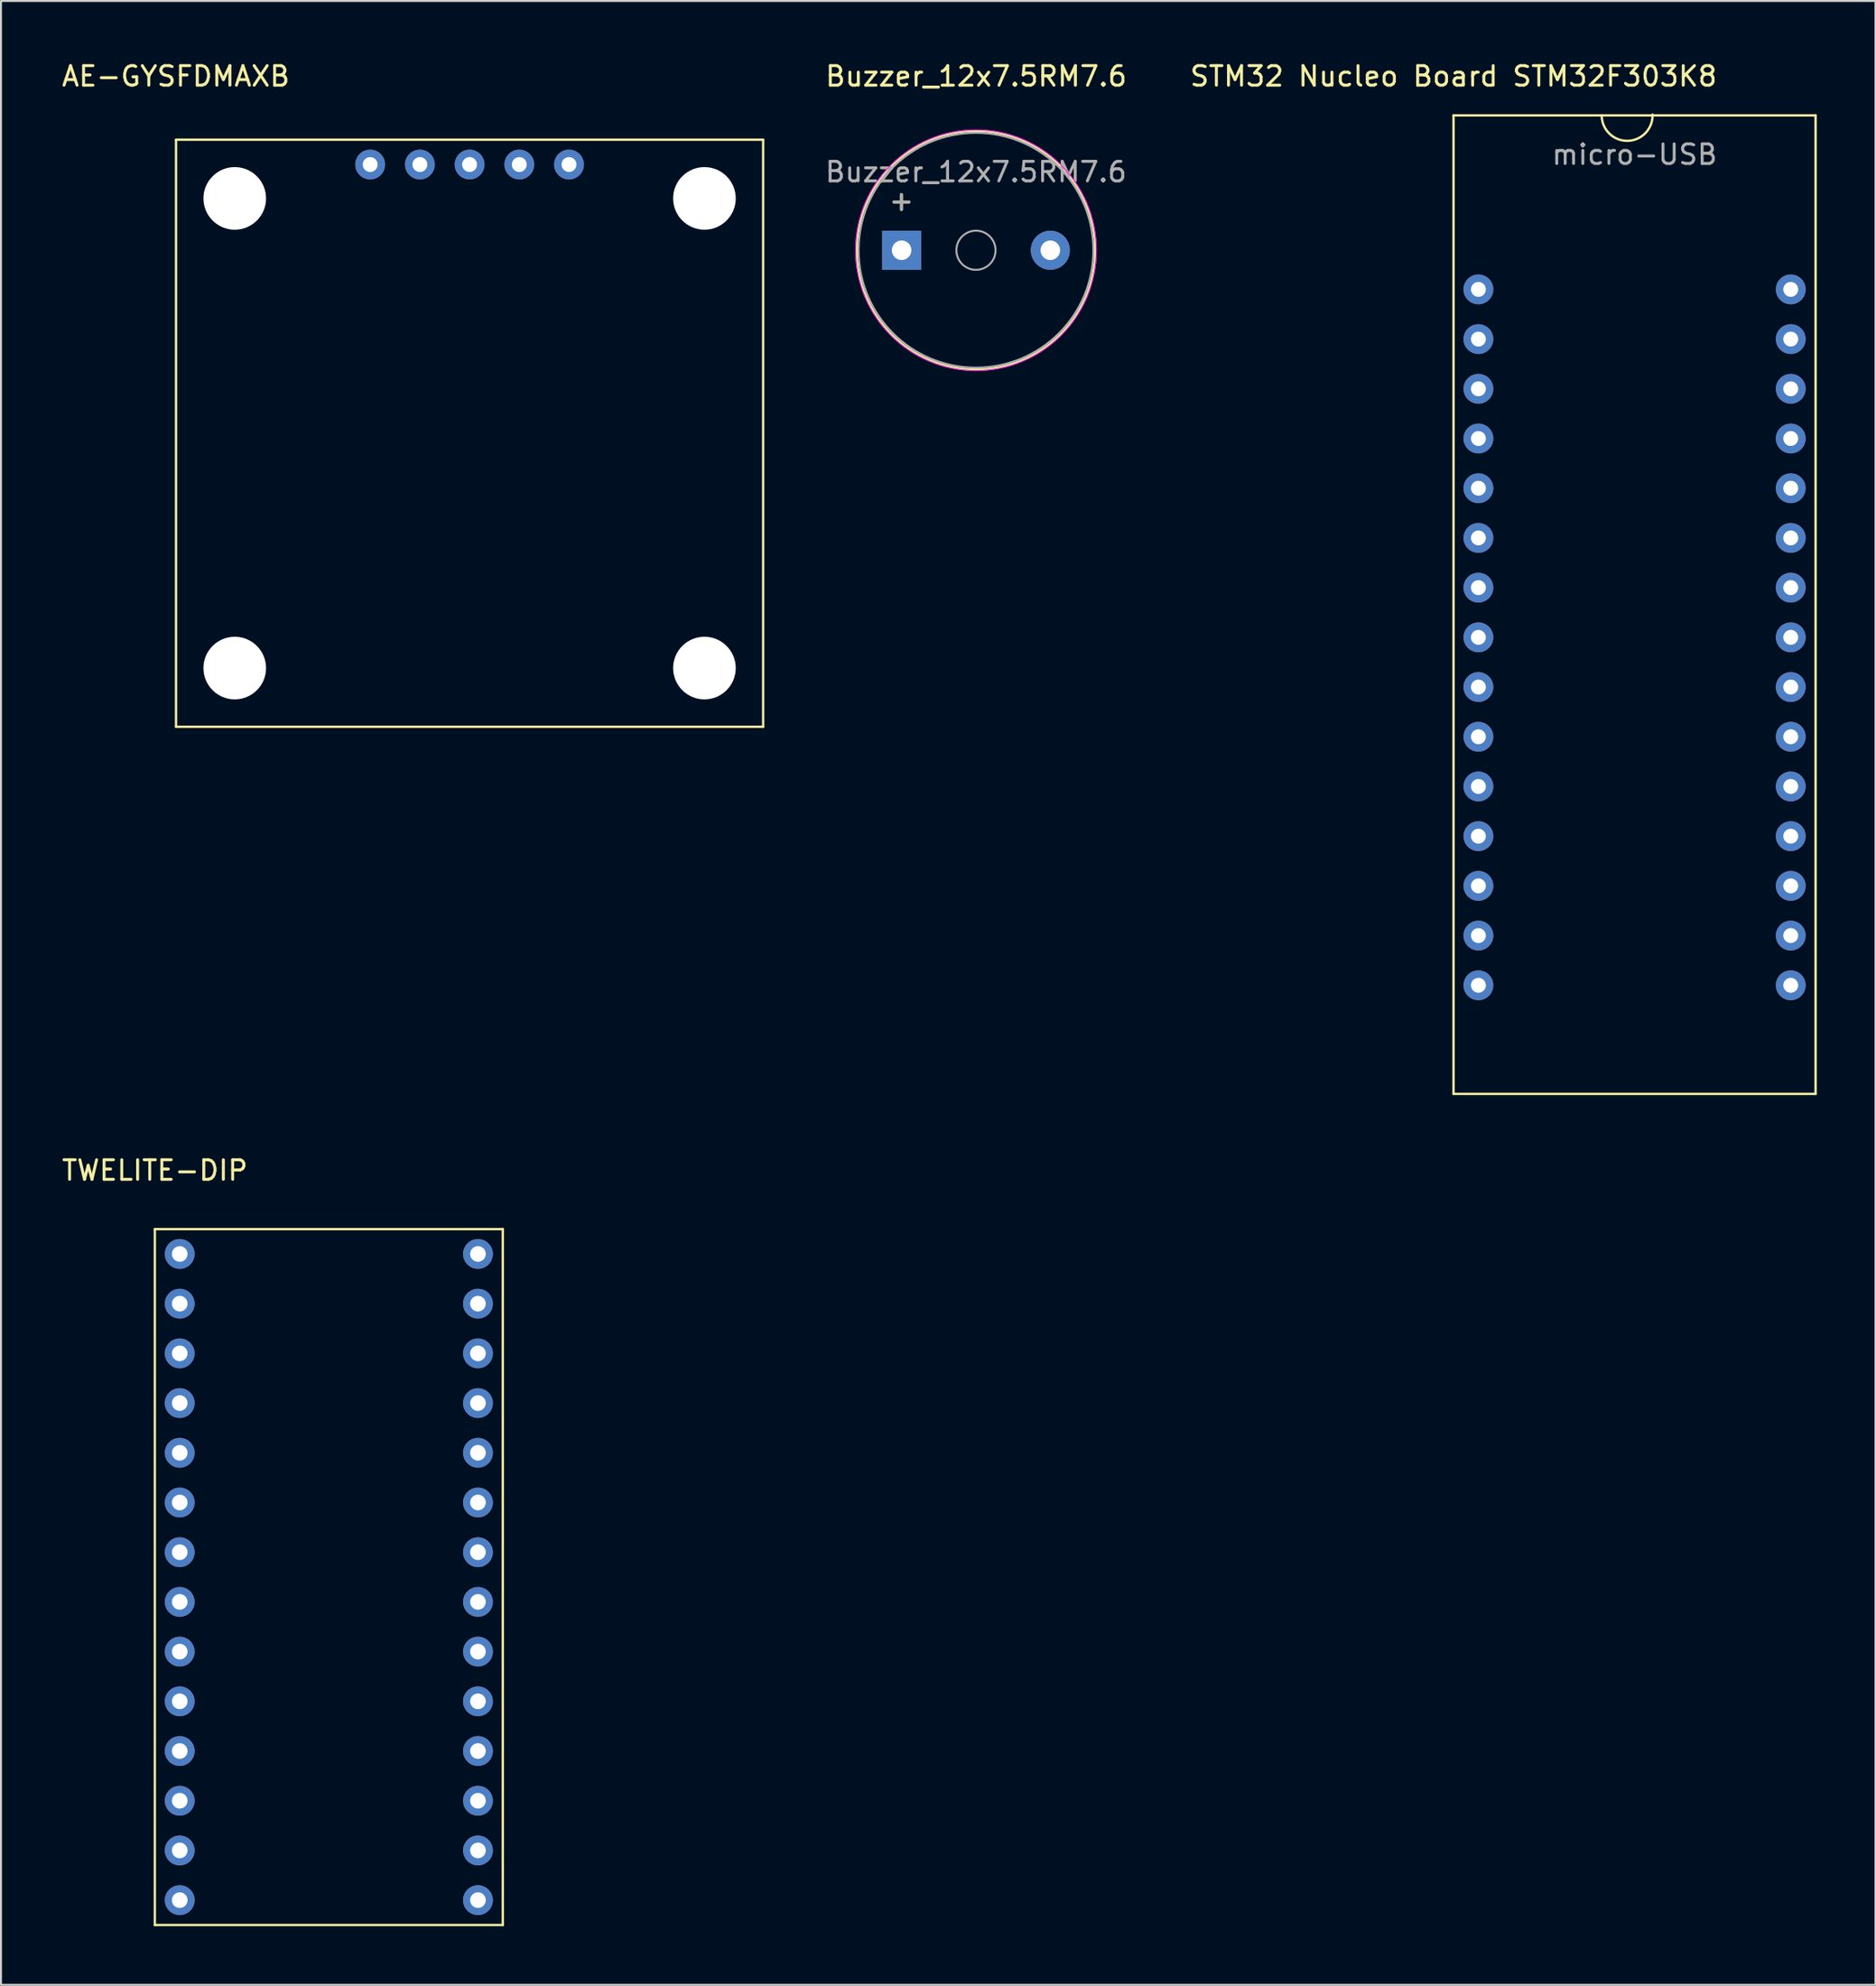
<source format=kicad_pcb>
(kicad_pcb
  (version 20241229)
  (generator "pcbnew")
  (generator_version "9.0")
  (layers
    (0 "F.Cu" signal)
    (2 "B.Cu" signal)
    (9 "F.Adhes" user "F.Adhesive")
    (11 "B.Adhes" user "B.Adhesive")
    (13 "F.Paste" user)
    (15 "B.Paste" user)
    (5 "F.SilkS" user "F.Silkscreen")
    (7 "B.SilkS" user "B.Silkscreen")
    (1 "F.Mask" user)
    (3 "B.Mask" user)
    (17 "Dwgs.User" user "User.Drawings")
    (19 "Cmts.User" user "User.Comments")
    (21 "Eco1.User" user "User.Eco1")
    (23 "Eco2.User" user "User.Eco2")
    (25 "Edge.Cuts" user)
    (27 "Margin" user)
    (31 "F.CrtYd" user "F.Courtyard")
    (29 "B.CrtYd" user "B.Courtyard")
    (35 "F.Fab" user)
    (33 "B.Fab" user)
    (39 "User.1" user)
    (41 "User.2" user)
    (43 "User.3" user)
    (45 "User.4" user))
  (footprint "Buzzer_12x7.5RM7.6"
    (layer "F.Cu")
    (at 43.02 9.738)
    (property "Reference" "Buzzer_12x7.5RM7.6" (at 3.81 -8.89 0) (layer "F.SilkS") (effects (font (size 1 1) (thickness 0.15))))
    (attr through_hole)
    (fp_circle (center 3.8 0) (end 9.9 0) (stroke (width 0.12) (type solid)) (fill no) (layer "F.SilkS"))
    (fp_circle (center 3.8 0) (end 9.95 0) (stroke (width 0.05) (type solid)) (fill no) (layer "F.CrtYd"))
    (fp_circle (center 3.8 0) (end 4.8 0) (stroke (width 0.1) (type solid)) (fill no) (layer "F.Fab"))
    (fp_circle (center 3.8 0) (end 9.8 0) (stroke (width 0.1) (type solid)) (fill no) (layer "F.Fab"))
    (fp_text user "+" (at -0.01 -2.54 0) (layer "F.SilkS") (effects (font (size 1 1) (thickness 0.15))))
    (fp_text user "${REFERENCE}" (at 3.8 -4 0) (layer "F.Fab") (effects (font (size 1 1) (thickness 0.15))))
    (fp_text user "+" (at -0.01 -2.54 0) (layer "F.Fab") (effects (font (size 1 1) (thickness 0.15))))
    (pad "1" thru_hole rect (at 0 0) (size 2 2) (drill 1) (layers "*.Cu" "*.Mask"))
    (pad "2" thru_hole circle (at 7.6 0) (size 2 2) (drill 1) (layers "*.Cu" "*.Mask")))
  (footprint "TWELITE-DIP"
    (layer "F.Cu")
    (at 4.863 59.757)
    (property "Reference" "TWELITE-DIP" (at 0 -3 0) (layer "F.SilkS") (effects (font (size 1 1) (thickness 0.15))))
    (attr through_hole)
    (fp_line (start 0 0) (end 0 35.56) (stroke (width 0.12) (type solid)) (layer "F.SilkS"))
    (fp_line (start 0 0) (end 17.78 0) (stroke (width 0.12) (type solid)) (layer "F.SilkS"))
    (fp_line (start 0 35.56) (end 17.78 35.56) (stroke (width 0.12) (type solid)) (layer "F.SilkS"))
    (fp_line (start 17.78 0) (end 17.78 35.56) (stroke (width 0.12) (type solid)) (layer "F.SilkS"))
    (pad "1" thru_hole circle (at 1.27 1.27) (size 1.524 1.524) (drill 0.8) (layers "*.Cu" "*.Mask"))
    (pad "2" thru_hole circle (at 1.27 3.81) (size 1.524 1.524) (drill 0.8) (layers "*.Cu" "*.Mask"))
    (pad "3" thru_hole circle (at 1.27 6.35) (size 1.524 1.524) (drill 0.8) (layers "*.Cu" "*.Mask"))
    (pad "4" thru_hole circle (at 1.27 8.89) (size 1.524 1.524) (drill 0.8) (layers "*.Cu" "*.Mask"))
    (pad "5" thru_hole circle (at 1.27 11.43) (size 1.524 1.524) (drill 0.8) (layers "*.Cu" "*.Mask"))
    (pad "6" thru_hole circle (at 1.27 13.97) (size 1.524 1.524) (drill 0.8) (layers "*.Cu" "*.Mask"))
    (pad "7" thru_hole circle (at 1.27 16.51) (size 1.524 1.524) (drill 0.8) (layers "*.Cu" "*.Mask"))
    (pad "8" thru_hole circle (at 1.27 19.05) (size 1.524 1.524) (drill 0.8) (layers "*.Cu" "*.Mask"))
    (pad "9" thru_hole circle (at 1.27 21.59) (size 1.524 1.524) (drill 0.8) (layers "*.Cu" "*.Mask"))
    (pad "10" thru_hole circle (at 1.27 24.13) (size 1.524 1.524) (drill 0.8) (layers "*.Cu" "*.Mask"))
    (pad "11" thru_hole circle (at 1.27 26.67) (size 1.524 1.524) (drill 0.8) (layers "*.Cu" "*.Mask"))
    (pad "12" thru_hole circle (at 1.27 29.21) (size 1.524 1.524) (drill 0.8) (layers "*.Cu" "*.Mask"))
    (pad "13" thru_hole circle (at 1.27 31.75) (size 1.524 1.524) (drill 0.8) (layers "*.Cu" "*.Mask"))
    (pad "14" thru_hole circle (at 1.27 34.29) (size 1.524 1.524) (drill 0.8) (layers "*.Cu" "*.Mask"))
    (pad "15" thru_hole circle (at 16.51 34.29) (size 1.524 1.524) (drill 0.8) (layers "*.Cu" "*.Mask"))
    (pad "16" thru_hole circle (at 16.51 31.75) (size 1.524 1.524) (drill 0.8) (layers "*.Cu" "*.Mask"))
    (pad "17" thru_hole circle (at 16.51 29.21) (size 1.524 1.524) (drill 0.8) (layers "*.Cu" "*.Mask"))
    (pad "18" thru_hole circle (at 16.51 26.67) (size 1.524 1.524) (drill 0.8) (layers "*.Cu" "*.Mask"))
    (pad "19" thru_hole circle (at 16.51 24.13) (size 1.524 1.524) (drill 0.8) (layers "*.Cu" "*.Mask"))
    (pad "20" thru_hole circle (at 16.51 21.59) (size 1.524 1.524) (drill 0.8) (layers "*.Cu" "*.Mask"))
    (pad "21" thru_hole circle (at 16.51 19.05) (size 1.524 1.524) (drill 0.8) (layers "*.Cu" "*.Mask"))
    (pad "22" thru_hole circle (at 16.51 16.51) (size 1.524 1.524) (drill 0.8) (layers "*.Cu" "*.Mask"))
    (pad "23" thru_hole circle (at 16.51 13.97) (size 1.524 1.524) (drill 0.8) (layers "*.Cu" "*.Mask"))
    (pad "24" thru_hole circle (at 16.51 11.43) (size 1.524 1.524) (drill 0.8) (layers "*.Cu" "*.Mask"))
    (pad "25" thru_hole circle (at 16.51 8.89) (size 1.524 1.524) (drill 0.8) (layers "*.Cu" "*.Mask"))
    (pad "26" thru_hole circle (at 16.51 6.35) (size 1.524 1.524) (drill 0.8) (layers "*.Cu" "*.Mask"))
    (pad "27" thru_hole circle (at 16.51 3.81) (size 1.524 1.524) (drill 0.8) (layers "*.Cu" "*.Mask"))
    (pad "28" thru_hole circle (at 16.51 1.27) (size 1.524 1.524) (drill 0.8) (layers "*.Cu" "*.Mask")))
  (footprint "AE-GYSFDMAXB"
    (layer "F.Cu")
    (at 5.945 4.088)
    (property "Reference" "AE-GYSFDMAXB" (at -0.01 -3.24 0) (layer "F.SilkS") (effects (font (size 1 1) (thickness 0.15))))
    (attr through_hole)
    (fp_line (start 0 0) (end 0 30) (stroke (width 0.12) (type solid)) (layer "F.SilkS"))
    (fp_line (start 0 0) (end 30 0) (stroke (width 0.12) (type solid)) (layer "F.SilkS"))
    (fp_line (start 0 30) (end 30 30) (stroke (width 0.12) (type solid)) (layer "F.SilkS"))
    (fp_line (start 30 0) (end 30 30) (stroke (width 0.12) (type solid)) (layer "F.SilkS"))
    (pad "" np_thru_hole circle (at 3 3) (size 3.2 3.2) (drill 3.2) (layers "*.Cu" "*.Mask"))
    (pad "" np_thru_hole circle (at 3 27) (size 3.2 3.2) (drill 3.2) (layers "*.Cu" "*.Mask"))
    (pad "" np_thru_hole circle (at 27 3) (size 3.2 3.2) (drill 3.2) (layers "*.Cu" "*.Mask"))
    (pad "" np_thru_hole circle (at 27 27) (size 3.2 3.2) (drill 3.2) (layers "*.Cu" "*.Mask"))
    (pad "1" thru_hole circle (at 9.92 1.27) (size 1.524 1.524) (drill 0.762) (layers "*.Cu" "*.Mask"))
    (pad "2" thru_hole circle (at 12.46 1.27) (size 1.524 1.524) (drill 0.762) (layers "*.Cu" "*.Mask"))
    (pad "3" thru_hole circle (at 15 1.27) (size 1.524 1.524) (drill 0.762) (layers "*.Cu" "*.Mask"))
    (pad "4" thru_hole circle (at 17.54 1.27) (size 1.524 1.524) (drill 0.762) (layers "*.Cu" "*.Mask"))
    (pad "5" thru_hole circle (at 20.08 1.27) (size 1.524 1.524) (drill 0.762) (layers "*.Cu" "*.Mask")))
  (footprint "STM32 Nucleo Board STM32F303K8"
    (layer "F.Cu")
    (at 71.223 2.848)
    (property "Reference" "STM32 Nucleo Board STM32F303K8" (at 0 -2 0) (layer "F.SilkS") (effects (font (size 1 1) (thickness 0.15))))
    (attr through_hole)
    (fp_line (start 0 0) (end 0 50) (stroke (width 0.12) (type solid)) (layer "F.SilkS"))
    (fp_line (start 0 0) (end 18.5 0) (stroke (width 0.12) (type solid)) (layer "F.SilkS"))
    (fp_line (start 0 50) (end 18.5 50) (stroke (width 0.12) (type solid)) (layer "F.SilkS"))
    (fp_line (start 18.5 0) (end 18.5 50) (stroke (width 0.12) (type solid)) (layer "F.SilkS"))
    (fp_arc (start 10.169186 -0.045989) (mid 8.892998 1.299796) (end 7.57 0) (stroke (width 0.12) (type solid)) (layer "F.SilkS"))
    (fp_text user "micro-USB" (at 9.25 2 0) (layer "F.Fab") (effects (font (size 1 1) (thickness 0.15))))
    (pad "1" thru_hole circle (at 1.27 8.89) (size 1.524 1.524) (drill 0.762) (layers "*.Cu" "*.Mask"))
    (pad "2" thru_hole circle (at 1.27 11.43) (size 1.524 1.524) (drill 0.762) (layers "*.Cu" "*.Mask"))
    (pad "3" thru_hole circle (at 1.27 13.97) (size 1.524 1.524) (drill 0.762) (layers "*.Cu" "*.Mask"))
    (pad "4" thru_hole circle (at 1.27 16.51) (size 1.524 1.524) (drill 0.762) (layers "*.Cu" "*.Mask"))
    (pad "5" thru_hole circle (at 1.27 19.05) (size 1.524 1.524) (drill 0.762) (layers "*.Cu" "*.Mask"))
    (pad "6" thru_hole circle (at 1.27 21.59) (size 1.524 1.524) (drill 0.762) (layers "*.Cu" "*.Mask"))
    (pad "7" thru_hole circle (at 1.27 24.13) (size 1.524 1.524) (drill 0.762) (layers "*.Cu" "*.Mask"))
    (pad "8" thru_hole circle (at 1.27 26.67) (size 1.524 1.524) (drill 0.762) (layers "*.Cu" "*.Mask"))
    (pad "9" thru_hole circle (at 1.27 29.21) (size 1.524 1.524) (drill 0.762) (layers "*.Cu" "*.Mask"))
    (pad "10" thru_hole circle (at 1.27 31.75) (size 1.524 1.524) (drill 0.762) (layers "*.Cu" "*.Mask"))
    (pad "11" thru_hole circle (at 1.27 34.29) (size 1.524 1.524) (drill 0.762) (layers "*.Cu" "*.Mask"))
    (pad "12" thru_hole circle (at 1.27 36.83) (size 1.524 1.524) (drill 0.762) (layers "*.Cu" "*.Mask"))
    (pad "13" thru_hole circle (at 1.27 39.37) (size 1.524 1.524) (drill 0.762) (layers "*.Cu" "*.Mask"))
    (pad "14" thru_hole circle (at 1.27 41.91) (size 1.524 1.524) (drill 0.762) (layers "*.Cu" "*.Mask"))
    (pad "15" thru_hole circle (at 1.27 44.45) (size 1.524 1.524) (drill 0.762) (layers "*.Cu" "*.Mask"))
    (pad "16" thru_hole circle (at 17.23 44.45) (size 1.524 1.524) (drill 0.762) (layers "*.Cu" "*.Mask"))
    (pad "17" thru_hole circle (at 17.23 41.91) (size 1.524 1.524) (drill 0.762) (layers "*.Cu" "*.Mask"))
    (pad "18" thru_hole circle (at 17.23 39.37) (size 1.524 1.524) (drill 0.762) (layers "*.Cu" "*.Mask"))
    (pad "19" thru_hole circle (at 17.23 36.83) (size 1.524 1.524) (drill 0.762) (layers "*.Cu" "*.Mask"))
    (pad "20" thru_hole circle (at 17.23 34.29) (size 1.524 1.524) (drill 0.762) (layers "*.Cu" "*.Mask"))
    (pad "21" thru_hole circle (at 17.23 31.75) (size 1.524 1.524) (drill 0.762) (layers "*.Cu" "*.Mask"))
    (pad "22" thru_hole circle (at 17.23 29.21) (size 1.524 1.524) (drill 0.762) (layers "*.Cu" "*.Mask"))
    (pad "23" thru_hole circle (at 17.23 26.67) (size 1.524 1.524) (drill 0.762) (layers "*.Cu" "*.Mask"))
    (pad "24" thru_hole circle (at 17.23 24.13) (size 1.524 1.524) (drill 0.762) (layers "*.Cu" "*.Mask"))
    (pad "25" thru_hole circle (at 17.23 21.59) (size 1.524 1.524) (drill 0.762) (layers "*.Cu" "*.Mask"))
    (pad "26" thru_hole circle (at 17.23 19.05) (size 1.524 1.524) (drill 0.762) (layers "*.Cu" "*.Mask"))
    (pad "27" thru_hole circle (at 17.23 16.51) (size 1.524 1.524) (drill 0.762) (layers "*.Cu" "*.Mask"))
    (pad "28" thru_hole circle (at 17.23 13.97) (size 1.524 1.524) (drill 0.762) (layers "*.Cu" "*.Mask"))
    (pad "29" thru_hole circle (at 17.23 11.43) (size 1.524 1.524) (drill 0.762) (layers "*.Cu" "*.Mask"))
    (pad "30" thru_hole circle (at 17.23 8.89) (size 1.524 1.524) (drill 0.762) (layers "*.Cu" "*.Mask")))
  (gr_rect
    (start -3 -3)
    (end 92.783 98.376)
    (stroke (width 0.1) (type default))
    (fill no)
    (layer "Edge.Cuts")))
</source>
